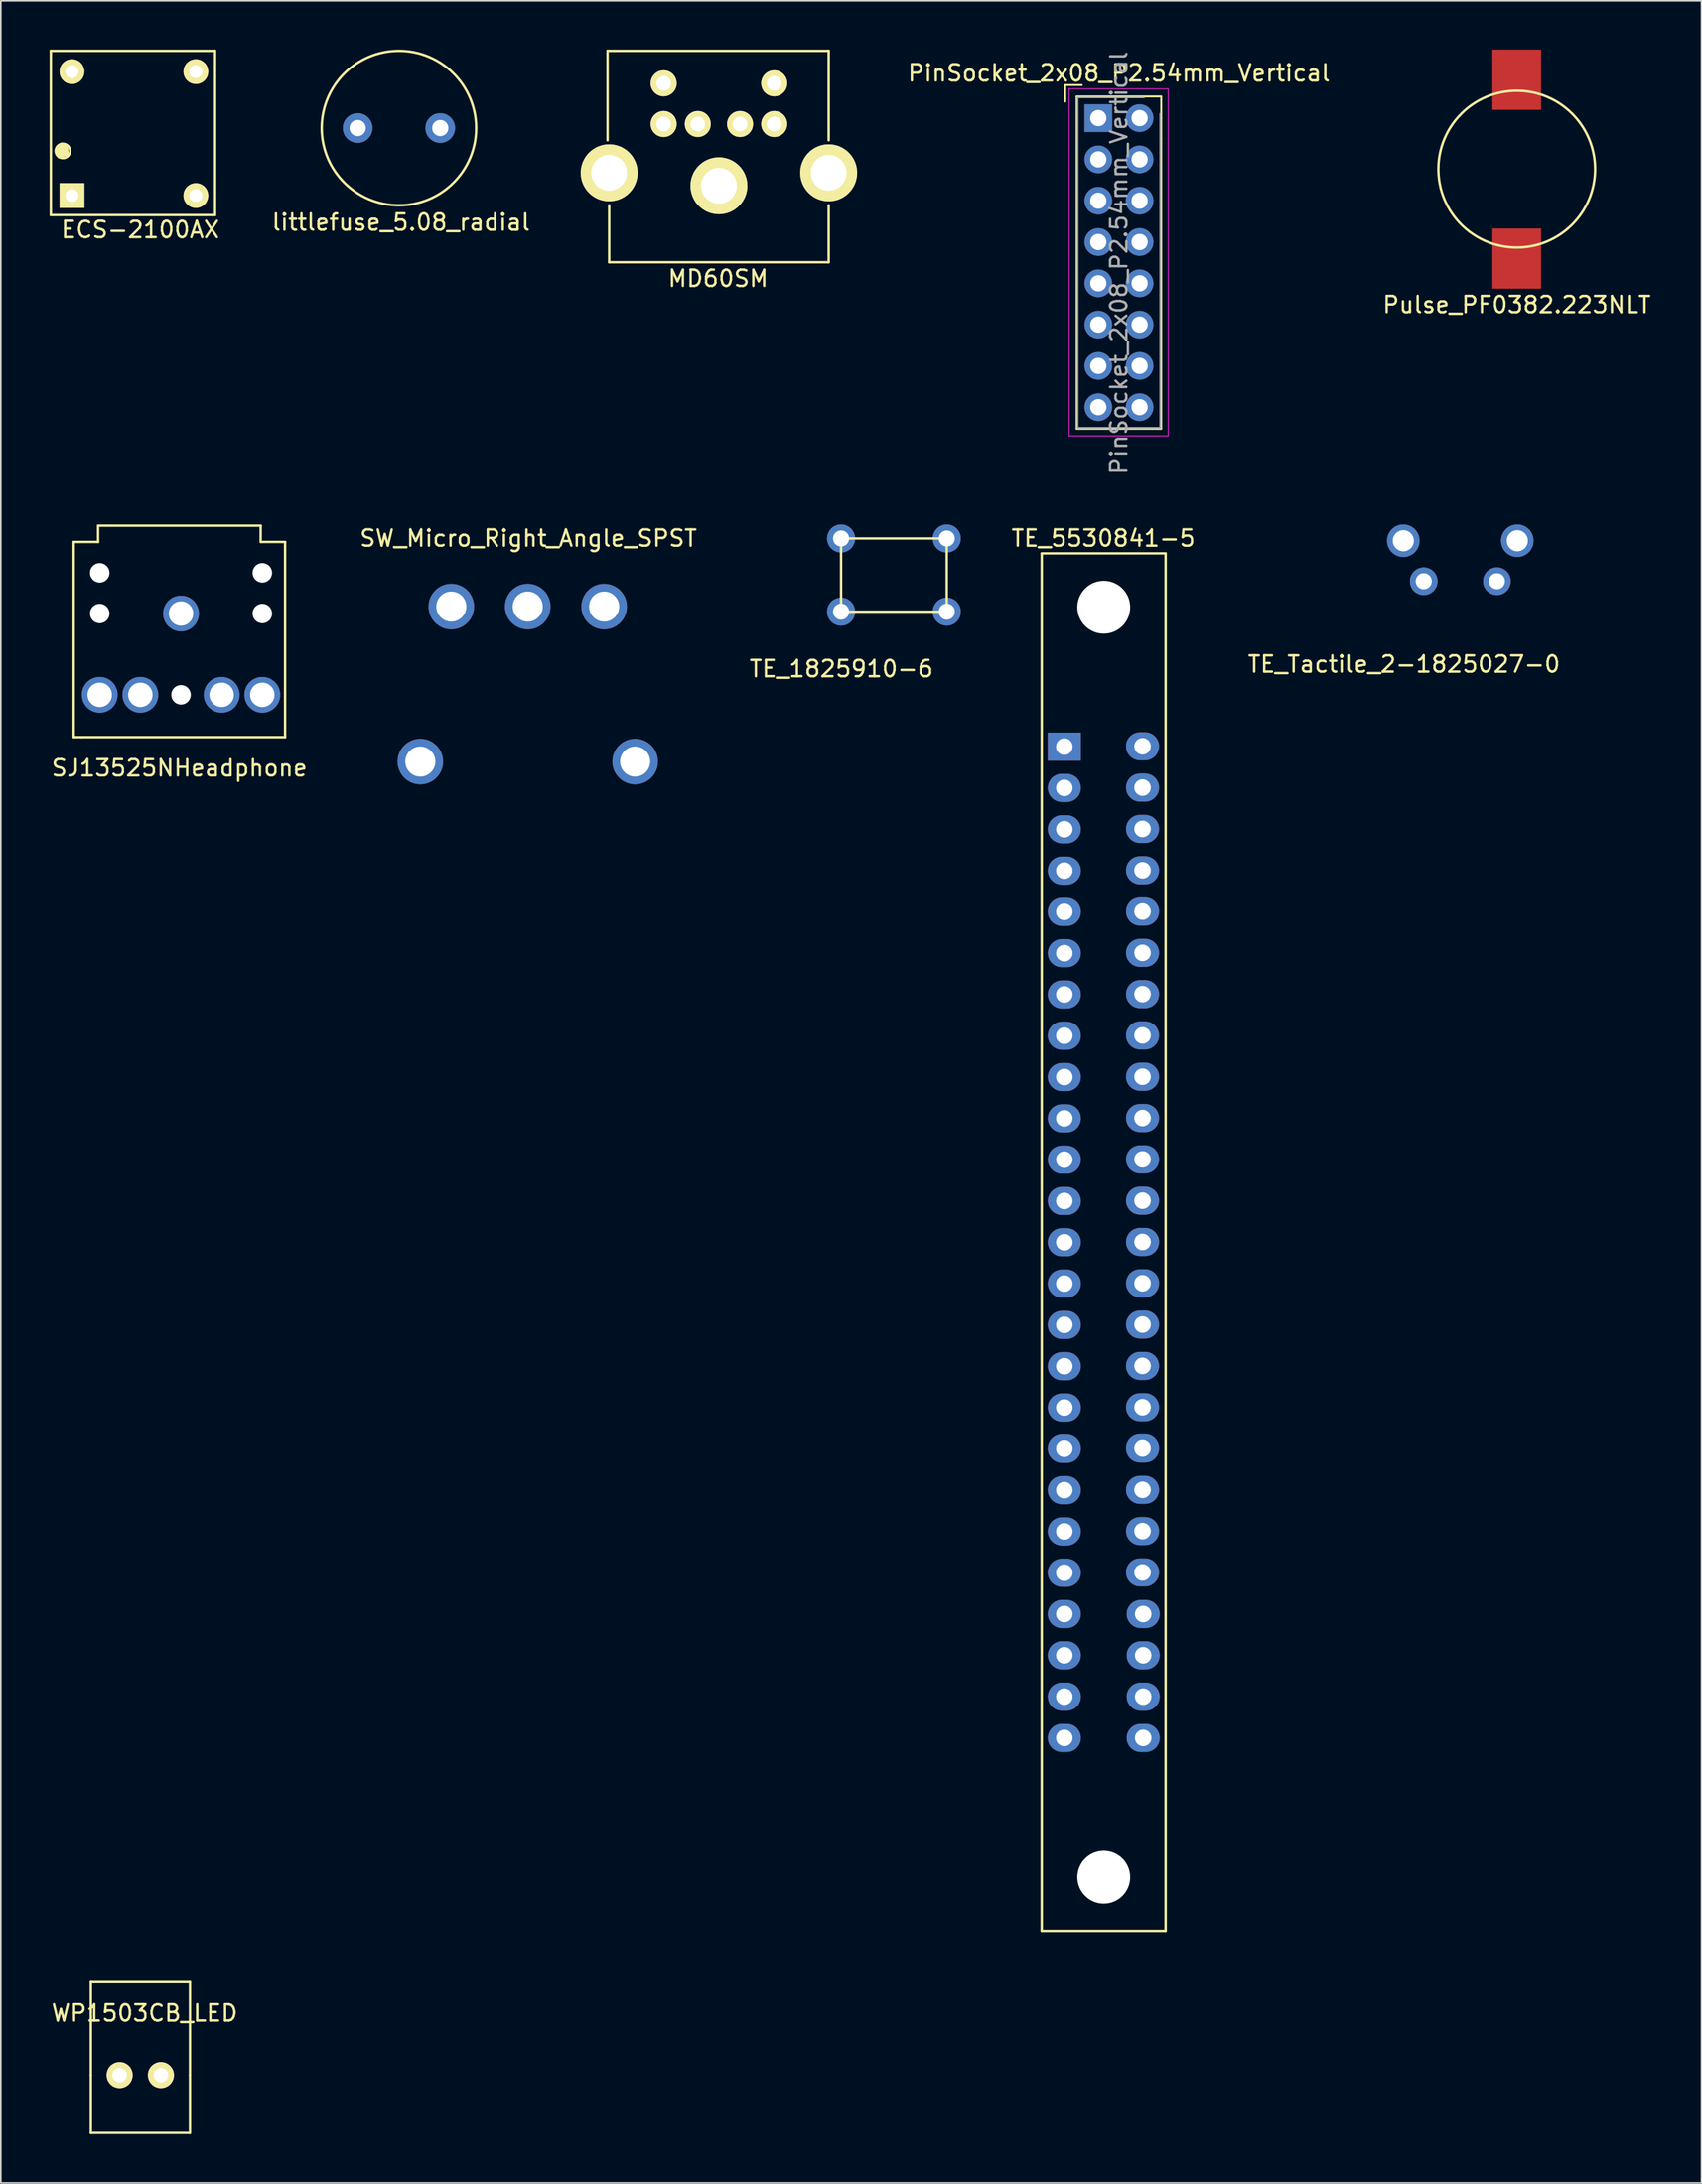
<source format=kicad_pcb>
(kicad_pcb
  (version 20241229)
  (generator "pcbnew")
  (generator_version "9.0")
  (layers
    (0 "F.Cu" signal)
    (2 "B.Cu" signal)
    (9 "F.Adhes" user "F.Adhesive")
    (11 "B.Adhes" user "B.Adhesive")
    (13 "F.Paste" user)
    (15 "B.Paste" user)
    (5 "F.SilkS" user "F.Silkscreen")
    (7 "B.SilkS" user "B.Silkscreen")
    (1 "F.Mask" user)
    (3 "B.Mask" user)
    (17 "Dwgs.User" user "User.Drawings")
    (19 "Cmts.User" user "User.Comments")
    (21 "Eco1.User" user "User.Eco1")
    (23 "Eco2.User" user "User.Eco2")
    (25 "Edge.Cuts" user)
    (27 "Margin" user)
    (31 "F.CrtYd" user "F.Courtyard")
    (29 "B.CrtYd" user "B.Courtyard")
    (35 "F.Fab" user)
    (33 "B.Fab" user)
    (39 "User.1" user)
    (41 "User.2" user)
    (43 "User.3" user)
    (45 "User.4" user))
  (footprint "TE_5530841-5"
    (layer "F.Cu")
    (at 62.406 42.861)
    (property "Reference" "TE_5530841-5" (at 2.4 -12.81 0) (layer "F.SilkS") (effects (font (size 1 1) (thickness 0.15))))
    (attr through_hole)
    (fp_line (start -1.39 -11.88) (end -1.39 72.83) (stroke (width 0.15) (type solid)) (layer "F.SilkS"))
    (fp_line (start -1.39 -11.88) (end 6.23 -11.88) (stroke (width 0.15) (type solid)) (layer "F.SilkS"))
    (fp_line (start -1.39 72.83) (end 6.23 72.83) (stroke (width 0.15) (type solid)) (layer "F.SilkS"))
    (fp_line (start 6.23 -11.88) (end 6.23 72.83) (stroke (width 0.15) (type solid)) (layer "F.SilkS"))
    (pad "" np_thru_hole circle (at 2.425 -8.57) (size 3.25 3.25) (drill 3.25) (layers "*.Cu" "*.Mask"))
    (pad "" np_thru_hole circle (at 2.425 69.53) (size 3.25 3.25) (drill 3.25) (layers "*.Cu" "*.Mask"))
    (pad "1" thru_hole rect (at 0 0) (size 2.032 1.727) (drill 1.02) (layers "*.Cu" "*.Mask"))
    (pad "2" thru_hole oval (at 0 2.54) (size 2.032 1.727) (drill 1.02) (layers "*.Cu" "*.Mask"))
    (pad "3" thru_hole oval (at 0 5.08) (size 2.032 1.727) (drill 1.02) (layers "*.Cu" "*.Mask"))
    (pad "4" thru_hole oval (at 0 7.62) (size 2.032 1.727) (drill 1.02) (layers "*.Cu" "*.Mask"))
    (pad "5" thru_hole oval (at 0 10.16) (size 2.032 1.727) (drill 1.02) (layers "*.Cu" "*.Mask"))
    (pad "6" thru_hole oval (at 0 12.7) (size 2.032 1.727) (drill 1.02) (layers "*.Cu" "*.Mask"))
    (pad "7" thru_hole oval (at 0 15.24) (size 2.032 1.727) (drill 1.02) (layers "*.Cu" "*.Mask"))
    (pad "8" thru_hole oval (at 0 17.78) (size 2.032 1.727) (drill 1.02) (layers "*.Cu" "*.Mask"))
    (pad "9" thru_hole oval (at 0 20.32) (size 2.032 1.727) (drill 1.02) (layers "*.Cu" "*.Mask"))
    (pad "10" thru_hole oval (at 0 22.86) (size 2.032 1.727) (drill 1.02) (layers "*.Cu" "*.Mask"))
    (pad "11" thru_hole oval (at 0 25.4) (size 2.032 1.727) (drill 1.02) (layers "*.Cu" "*.Mask"))
    (pad "12" thru_hole oval (at 0 27.94) (size 2.032 1.727) (drill 1.02) (layers "*.Cu" "*.Mask"))
    (pad "13" thru_hole oval (at 0 30.48) (size 2.032 1.727) (drill 1.02) (layers "*.Cu" "*.Mask"))
    (pad "14" thru_hole oval (at 0 33.02) (size 2.032 1.727) (drill 1.02) (layers "*.Cu" "*.Mask"))
    (pad "15" thru_hole oval (at 0 35.56) (size 2.032 1.727) (drill 1.02) (layers "*.Cu" "*.Mask"))
    (pad "16" thru_hole oval (at 0 38.1) (size 2.032 1.727) (drill 1.02) (layers "*.Cu" "*.Mask"))
    (pad "17" thru_hole oval (at 0 40.64) (size 2.032 1.727) (drill 1.02) (layers "*.Cu" "*.Mask"))
    (pad "18" thru_hole oval (at 0 43.18) (size 2.032 1.727) (drill 1.02) (layers "*.Cu" "*.Mask"))
    (pad "19" thru_hole oval (at 0 45.72) (size 2.032 1.727) (drill 1.02) (layers "*.Cu" "*.Mask"))
    (pad "20" thru_hole oval (at 0 48.26) (size 2.032 1.727) (drill 1.02) (layers "*.Cu" "*.Mask"))
    (pad "21" thru_hole oval (at 0 50.8) (size 2.032 1.727) (drill 1.02) (layers "*.Cu" "*.Mask"))
    (pad "22" thru_hole oval (at 0 53.34) (size 2.032 1.727) (drill 1.02) (layers "*.Cu" "*.Mask"))
    (pad "23" thru_hole oval (at 0 55.88) (size 2.032 1.727) (drill 1.02) (layers "*.Cu" "*.Mask"))
    (pad "24" thru_hole oval (at 0 58.42) (size 2.032 1.727) (drill 1.02) (layers "*.Cu" "*.Mask"))
    (pad "25" thru_hole oval (at 0 60.96) (size 2.032 1.727) (drill 1.02) (layers "*.Cu" "*.Mask"))
    (pad "26" thru_hole oval (at 4.85 60.96) (size 2.032 1.727) (drill 1.02) (layers "*.Cu" "*.Mask"))
    (pad "27" thru_hole oval (at 4.85 58.42) (size 2.032 1.727) (drill 1.02) (layers "*.Cu" "*.Mask"))
    (pad "28" thru_hole oval (at 4.85 55.88) (size 2.032 1.727) (drill 1.02) (layers "*.Cu" "*.Mask"))
    (pad "29" thru_hole oval (at 4.85 53.34) (size 2.032 1.727) (drill 1.02) (layers "*.Cu" "*.Mask"))
    (pad "30" thru_hole oval (at 4.81 50.78) (size 2.032 1.727) (drill 1.02) (layers "*.Cu" "*.Mask"))
    (pad "31" thru_hole oval (at 4.81 48.24) (size 2.032 1.727) (drill 1.02) (layers "*.Cu" "*.Mask"))
    (pad "32" thru_hole oval (at 4.81 45.7) (size 2.032 1.727) (drill 1.02) (layers "*.Cu" "*.Mask"))
    (pad "33" thru_hole oval (at 4.81 43.16) (size 2.032 1.727) (drill 1.02) (layers "*.Cu" "*.Mask"))
    (pad "34" thru_hole oval (at 4.81 40.62) (size 2.032 1.727) (drill 1.02) (layers "*.Cu" "*.Mask"))
    (pad "35" thru_hole oval (at 4.81 38.08) (size 2.032 1.727) (drill 1.02) (layers "*.Cu" "*.Mask"))
    (pad "36" thru_hole oval (at 4.81 35.54) (size 2.032 1.727) (drill 1.02) (layers "*.Cu" "*.Mask"))
    (pad "37" thru_hole oval (at 4.81 33) (size 2.032 1.727) (drill 1.02) (layers "*.Cu" "*.Mask"))
    (pad "38" thru_hole oval (at 4.81 30.46) (size 2.032 1.727) (drill 1.02) (layers "*.Cu" "*.Mask"))
    (pad "39" thru_hole oval (at 4.81 27.92) (size 2.032 1.727) (drill 1.02) (layers "*.Cu" "*.Mask"))
    (pad "40" thru_hole oval (at 4.81 25.38) (size 2.032 1.727) (drill 1.02) (layers "*.Cu" "*.Mask"))
    (pad "41" thru_hole oval (at 4.81 22.84) (size 2.032 1.727) (drill 1.02) (layers "*.Cu" "*.Mask"))
    (pad "42" thru_hole oval (at 4.81 20.3) (size 2.032 1.727) (drill 1.02) (layers "*.Cu" "*.Mask"))
    (pad "43" thru_hole oval (at 4.81 17.76) (size 2.032 1.727) (drill 1.02) (layers "*.Cu" "*.Mask"))
    (pad "44" thru_hole oval (at 4.81 15.22) (size 2.032 1.727) (drill 1.02) (layers "*.Cu" "*.Mask"))
    (pad "45" thru_hole oval (at 4.81 12.68) (size 2.032 1.727) (drill 1.02) (layers "*.Cu" "*.Mask"))
    (pad "46" thru_hole oval (at 4.81 10.14) (size 2.032 1.727) (drill 1.02) (layers "*.Cu" "*.Mask"))
    (pad "47" thru_hole oval (at 4.81 7.6) (size 2.032 1.727) (drill 1.02) (layers "*.Cu" "*.Mask"))
    (pad "48" thru_hole oval (at 4.81 5.06) (size 2.032 1.727) (drill 1.02) (layers "*.Cu" "*.Mask"))
    (pad "49" thru_hole oval (at 4.81 2.52) (size 2.032 1.727) (drill 1.02) (layers "*.Cu" "*.Mask"))
    (pad "50" thru_hole oval (at 4.81 -0.02) (size 2.032 1.727) (drill 1.02) (layers "*.Cu" "*.Mask")))
  (footprint "PinSocket_2x08_P2.54mm_Vertical"
    (layer "F.Cu")
    (at 67.035 4.211)
    (property "Reference" "PinSocket_2x08_P2.54mm_Vertical" (at -1.27 -2.77 0) (layer "F.SilkS") (effects (font (size 1 1) (thickness 0.15))))
    (attr through_hole)
    (fp_line (start -4.572 -2.032) (end -4.572 -1.016) (stroke (width 0.12) (type solid)) (layer "F.SilkS"))
    (fp_line (start -3.87 -1.33) (end -3.87 19.11) (stroke (width 0.12) (type solid)) (layer "F.SilkS"))
    (fp_line (start -3.87 -1.33) (end -1.27 -1.33) (stroke (width 0.12) (type solid)) (layer "F.SilkS"))
    (fp_line (start -3.87 19.11) (end 1.33 19.11) (stroke (width 0.12) (type solid)) (layer "F.SilkS"))
    (fp_line (start -3.556 -2.032) (end -4.572 -2.032) (stroke (width 0.12) (type solid)) (layer "F.SilkS"))
    (fp_line (start -1.27 -1.33) (end 0 -1.33) (stroke (width 0.12) (type solid)) (layer "F.SilkS"))
    (fp_line (start 0 -1.33) (end 1.33 -1.33) (stroke (width 0.12) (type solid)) (layer "F.SilkS"))
    (fp_line (start 1.33 -1.33) (end 1.33 0) (stroke (width 0.12) (type solid)) (layer "F.SilkS"))
    (fp_line (start 1.33 0) (end 1.33 1.27) (stroke (width 0.12) (type solid)) (layer "F.SilkS"))
    (fp_line (start 1.33 1.27) (end 1.33 19.11) (stroke (width 0.12) (type solid)) (layer "F.SilkS"))
    (fp_line (start -4.34 -1.8) (end 1.76 -1.8) (stroke (width 0.05) (type solid)) (layer "F.CrtYd"))
    (fp_line (start -4.34 19.55) (end -4.34 -1.8) (stroke (width 0.05) (type solid)) (layer "F.CrtYd"))
    (fp_line (start 1.76 -1.8) (end 1.76 19.55) (stroke (width 0.05) (type solid)) (layer "F.CrtYd"))
    (fp_line (start 1.76 19.55) (end -4.34 19.55) (stroke (width 0.05) (type solid)) (layer "F.CrtYd"))
    (fp_line (start -3.81 -1.27) (end 0.27 -1.27) (stroke (width 0.1) (type solid)) (layer "F.Fab"))
    (fp_line (start -3.81 19.05) (end -3.81 -1.27) (stroke (width 0.1) (type solid)) (layer "F.Fab"))
    (fp_line (start 1.27 -0.27) (end 1.27 19.05) (stroke (width 0.1) (type solid)) (layer "F.Fab"))
    (fp_line (start 1.27 19.05) (end -3.81 19.05) (stroke (width 0.1) (type solid)) (layer "F.Fab"))
    (fp_text user "${REFERENCE}" (at -1.27 8.89 90) (layer "F.Fab") (effects (font (size 1 1) (thickness 0.15))))
    (pad "1" thru_hole rect (at -2.54 0) (size 1.7 1.7) (drill 1) (layers "*.Cu" "*.Mask"))
    (pad "2" thru_hole oval (at -2.54 2.54) (size 1.7 1.7) (drill 1) (layers "*.Cu" "*.Mask"))
    (pad "3" thru_hole oval (at -2.54 5.08) (size 1.7 1.7) (drill 1) (layers "*.Cu" "*.Mask"))
    (pad "4" thru_hole oval (at -2.54 7.62) (size 1.7 1.7) (drill 1) (layers "*.Cu" "*.Mask"))
    (pad "5" thru_hole oval (at -2.54 10.16) (size 1.7 1.7) (drill 1) (layers "*.Cu" "*.Mask"))
    (pad "6" thru_hole oval (at -2.54 12.7) (size 1.7 1.7) (drill 1) (layers "*.Cu" "*.Mask"))
    (pad "7" thru_hole oval (at -2.54 15.24) (size 1.7 1.7) (drill 1) (layers "*.Cu" "*.Mask"))
    (pad "8" thru_hole oval (at -2.54 17.78) (size 1.7 1.7) (drill 1) (layers "*.Cu" "*.Mask"))
    (pad "9" thru_hole oval (at 0 17.78) (size 1.7 1.7) (drill 1) (layers "*.Cu" "*.Mask"))
    (pad "10" thru_hole oval (at 0 15.24) (size 1.7 1.7) (drill 1) (layers "*.Cu" "*.Mask"))
    (pad "11" thru_hole oval (at 0 12.7) (size 1.7 1.7) (drill 1) (layers "*.Cu" "*.Mask"))
    (pad "12" thru_hole oval (at 0 10.16) (size 1.7 1.7) (drill 1) (layers "*.Cu" "*.Mask"))
    (pad "13" thru_hole oval (at 0 7.62) (size 1.7 1.7) (drill 1) (layers "*.Cu" "*.Mask"))
    (pad "14" thru_hole oval (at 0 5.08) (size 1.7 1.7) (drill 1) (layers "*.Cu" "*.Mask"))
    (pad "15" thru_hole oval (at 0 2.54) (size 1.7 1.7) (drill 1) (layers "*.Cu" "*.Mask"))
    (pad "16" thru_hole oval (at 0 0) (size 1.7 1.7) (drill 1) (layers "*.Cu" "*.Mask")))
  (footprint "TE_1825910-6"
    (layer "F.Cu")
    (at 48.676 30.064)
    (property "Reference" "TE_1825910-6" (at 0.02 8.01 0) (layer "F.SilkS") (effects (font (size 1 1) (thickness 0.15))))
    (attr through_hole)
    (fp_line (start 0 0) (end 6.5 0) (stroke (width 0.15) (type solid)) (layer "F.SilkS"))
    (fp_line (start 0 4.5) (end 0 0) (stroke (width 0.15) (type solid)) (layer "F.SilkS"))
    (fp_line (start 6.5 0) (end 6.5 4.5) (stroke (width 0.15) (type solid)) (layer "F.SilkS"))
    (fp_line (start 6.5 4.5) (end 0 4.5) (stroke (width 0.15) (type solid)) (layer "F.SilkS"))
    (pad "1" thru_hole circle (at 0 0) (size 1.724 1.724) (drill 0.99) (layers "*.Cu" "*.Mask"))
    (pad "2" thru_hole circle (at 0 4.5) (size 1.724 1.724) (drill 0.99) (layers "*.Cu" "*.Mask"))
    (pad "3" thru_hole circle (at 6.5 0) (size 1.724 1.724) (drill 0.99) (layers "*.Cu" "*.Mask"))
    (pad "4" thru_hole circle (at 6.5 4.5) (size 1.724 1.724) (drill 0.99) (layers "*.Cu" "*.Mask")))
  (footprint "TE_Tactile_2-1825027-0"
    (layer "F.Cu")
    (at 83.254 30.202)
    (property "Reference" "TE_Tactile_2-1825027-0" (at 0.04 7.59 0) (layer "F.SilkS") (effects (font (size 1 1) (thickness 0.15))))
    (attr through_hole)
    (pad "1" thru_hole circle (at 1.255 2.49) (size 1.7 1.7) (drill 0.99) (layers "*.Cu" "*.Mask"))
    (pad "2" thru_hole circle (at 0 0) (size 2 2) (drill 1.3) (layers "*.Cu" "*.Mask"))
    (pad "3" thru_hole circle (at 7.01 0) (size 2 2) (drill 1.3) (layers "*.Cu" "*.Mask"))
    (pad "4" thru_hole circle (at 5.755 2.49) (size 1.7 1.7) (drill 0.99) (layers "*.Cu" "*.Mask")))
  (footprint "Pulse_PF0382.223NLT"
    (layer "F.Cu")
    (at 90.23 2.2)
    (property "Reference" "Pulse_PF0382.223NLT" (at 0 13.49 0) (layer "F.SilkS") (effects (font (size 1 1) (thickness 0.15))))
    (attr through_hole)
    (fp_circle (center 0 5.15) (end 0 9.97) (stroke (width 0.15) (type solid)) (fill no) (layer "F.SilkS"))
    (pad "1" smd rect (at 0 -0.35) (size 3 3.7) (layers "F.Cu" "F.Mask" "F.Paste"))
    (pad "2" smd rect (at 0 10.65) (size 3 3.7) (layers "F.Cu" "F.Mask" "F.Paste")))
  (footprint "SJ13525NHeadphone"
    (layer "F.Cu")
    (at 7.982 39.777)
    (property "Reference" "SJ13525NHeadphone" (at 0 4.4 0) (layer "F.SilkS") (effects (font (size 1 1) (thickness 0.15))))
    (attr through_hole)
    (fp_line (start -6.5 -9.5) (end -6.5 2.5) (stroke (width 0.15) (type solid)) (layer "F.SilkS"))
    (fp_line (start -6.5 -9.5) (end -5 -9.5) (stroke (width 0.15) (type solid)) (layer "F.SilkS"))
    (fp_line (start -6.5 2.5) (end -6 2.5) (stroke (width 0.15) (type solid)) (layer "F.SilkS"))
    (fp_line (start -6 2.5) (end 6.5 2.5) (stroke (width 0.15) (type solid)) (layer "F.SilkS"))
    (fp_line (start -5 -10.5) (end 5 -10.5) (stroke (width 0.15) (type solid)) (layer "F.SilkS"))
    (fp_line (start -5 -9.5) (end -5 -10.5) (stroke (width 0.15) (type solid)) (layer "F.SilkS"))
    (fp_line (start 5 -9.5) (end 5 -10.5) (stroke (width 0.15) (type solid)) (layer "F.SilkS"))
    (fp_line (start 5 -9.5) (end 6.5 -9.5) (stroke (width 0.15) (type solid)) (layer "F.SilkS"))
    (fp_line (start 6.5 2.5) (end 6.5 -9.5) (stroke (width 0.15) (type solid)) (layer "F.SilkS"))
    (pad "" np_thru_hole circle (at -4.9 -7.6) (size 1.2 1.2) (drill 1.2) (layers "*.Cu" "*.Mask"))
    (pad "" np_thru_hole circle (at -4.9 -5.1) (size 1.2 1.2) (drill 1.2) (layers "*.Cu" "*.Mask"))
    (pad "" np_thru_hole circle (at 0.1 -0.1) (size 1.2 1.2) (drill 1.2) (layers "*.Cu" "*.Mask"))
    (pad "" np_thru_hole circle (at 5.1 -7.6) (size 1.2 1.2) (drill 1.2) (layers "*.Cu" "*.Mask"))
    (pad "" np_thru_hole circle (at 5.1 -5.1) (size 1.2 1.2) (drill 1.2) (layers "*.Cu" "*.Mask"))
    (pad "1" thru_hole circle (at 0.1 -5.1) (size 2.2 2.2) (drill 1.5) (layers "*.Cu" "*.Mask"))
    (pad "2" thru_hole circle (at -4.9 -0.1) (size 2.2 2.2) (drill 1.5) (layers "*.Cu" "*.Mask"))
    (pad "3" thru_hole circle (at 5.1 -0.1) (size 2.2 2.2) (drill 1.5) (layers "*.Cu" "*.Mask"))
    (pad "4" thru_hole circle (at -2.4 -0.1) (size 2.2 2.2) (drill 1.5) (layers "*.Cu" "*.Mask"))
    (pad "5" thru_hole circle (at 2.6 -0.1) (size 2.2 2.2) (drill 1.5) (layers "*.Cu" "*.Mask")))
  (footprint "ECS-2100AX"
    (layer "F.Cu")
    (at 5.175 5.275)
    (property "Reference" "ECS-2100AX" (at 0.4 5.8 0) (layer "F.SilkS") (effects (font (size 1 1) (thickness 0.15))))
    (attr through_hole)
    (fp_line (start -5.1 -5.2) (end -5.1 4.9) (stroke (width 0.15) (type solid)) (layer "F.SilkS"))
    (fp_line (start -5.1 -5.2) (end 5 -5.2) (stroke (width 0.15) (type solid)) (layer "F.SilkS"))
    (fp_line (start -5.1 4.9) (end 5 4.9) (stroke (width 0.15) (type solid)) (layer "F.SilkS"))
    (fp_line (start -4.714 0.931) (end -4.587 1.185) (stroke (width 0.15) (type solid)) (layer "F.SilkS"))
    (fp_line (start -4.613 0.703) (end -4.714 0.931) (stroke (width 0.15) (type solid)) (layer "F.SilkS"))
    (fp_line (start -4.587 1.185) (end -4.587 1.338) (stroke (width 0.15) (type solid)) (layer "F.SilkS"))
    (fp_line (start -4.587 1.338) (end -4.537 0.576) (stroke (width 0.15) (type solid)) (layer "F.SilkS"))
    (fp_line (start -4.435 0.525) (end -4.435 1.262) (stroke (width 0.15) (type solid)) (layer "F.SilkS"))
    (fp_line (start -4.435 1.262) (end -4.613 0.703) (stroke (width 0.15) (type solid)) (layer "F.SilkS"))
    (fp_line (start -4.333 1.287) (end -4.435 0.525) (stroke (width 0.15) (type solid)) (layer "F.SilkS"))
    (fp_line (start -4.308 0.627) (end -4.333 1.287) (stroke (width 0.15) (type solid)) (layer "F.SilkS"))
    (fp_line (start -4.181 0.576) (end -4.181 1.236) (stroke (width 0.15) (type solid)) (layer "F.SilkS"))
    (fp_line (start -4.181 1.236) (end -4.308 0.627) (stroke (width 0.15) (type solid)) (layer "F.SilkS"))
    (fp_line (start -4.105 0.754) (end -4.079 1.16) (stroke (width 0.15) (type solid)) (layer "F.SilkS"))
    (fp_line (start -4.079 1.16) (end -4.181 0.576) (stroke (width 0.15) (type solid)) (layer "F.SilkS"))
    (fp_line (start 5 -5.2) (end 5 4.9) (stroke (width 0.15) (type solid)) (layer "F.SilkS"))
    (fp_circle (center -4.359 0.957) (end -4.181 1.363) (stroke (width 0.15) (type solid)) (fill no) (layer "F.SilkS"))
    (pad "1" thru_hole rect (at -3.8 3.7) (size 1.524 1.524) (drill 0.8) (layers "*.Cu" "*.Mask" "F.SilkS"))
    (pad "4" thru_hole circle (at 3.82 3.7) (size 1.524 1.524) (drill 0.8) (layers "*.Cu" "*.Mask" "F.SilkS"))
    (pad "5" thru_hole circle (at 3.82 -3.92) (size 1.524 1.524) (drill 0.8) (layers "*.Cu" "*.Mask" "F.SilkS"))
    (pad "8" thru_hole circle (at -3.8 -3.92) (size 1.524 1.524) (drill 0.8) (layers "*.Cu" "*.Mask" "F.SilkS")))
  (footprint "WP1503CB_LED"
    (layer "F.Cu")
    (at 4.315 124.556)
    (property "Reference" "WP1503CB_LED" (at 1.524 -3.81 0) (layer "F.SilkS") (effects (font (size 1 1) (thickness 0.15))))
    (attr through_hole)
    (fp_line (start -1.778 -5.715) (end 4.318 -5.715) (stroke (width 0.15) (type solid)) (layer "F.SilkS"))
    (fp_line (start -1.778 0) (end -1.778 -5.715) (stroke (width 0.15) (type solid)) (layer "F.SilkS"))
    (fp_line (start -1.778 3.556) (end -1.778 0) (stroke (width 0.15) (type solid)) (layer "F.SilkS"))
    (fp_line (start 4.318 -5.715) (end 4.318 0) (stroke (width 0.15) (type solid)) (layer "F.SilkS"))
    (fp_line (start 4.318 3.556) (end -1.778 3.556) (stroke (width 0.15) (type solid)) (layer "F.SilkS"))
    (fp_line (start 4.318 3.556) (end 4.318 0) (stroke (width 0.15) (type solid)) (layer "F.SilkS"))
    (pad "1" thru_hole circle (at -0.008 0) (size 1.6 1.6) (drill 0.89) (layers "*.Cu" "*.Mask" "F.SilkS"))
    (pad "2" thru_hole circle (at 2.532 0) (size 1.6 1.6) (drill 0.89) (layers "*.Cu" "*.Mask" "F.SilkS")))
  (footprint "littlefuse_5.08_radial"
    (layer "F.Cu")
    (at 18.946 4.825)
    (property "Reference" "littlefuse_5.08_radial" (at 2.664 5.791 0) (layer "F.SilkS") (effects (font (size 1 1) (thickness 0.15))))
    (attr through_hole)
    (fp_circle (center 2.54 0) (end 2.54 4.75) (stroke (width 0.15) (type solid)) (fill no) (layer "F.SilkS"))
    (pad "1" thru_hole circle (at 0 -0.003) (size 1.824 1.824) (drill 1) (layers "*.Cu" "*.Mask"))
    (pad "2" thru_hole circle (at 5.08 -0.003) (size 1.824 1.824) (drill 1) (layers "*.Cu" "*.Mask")))
  (footprint "MD60SM"
    (layer "F.Cu")
    (at 41.114 7.575)
    (property "Reference" "MD60SM" (at 0 6.5 0) (layer "F.SilkS") (effects (font (size 1 1) (thickness 0.15))))
    (attr through_hole)
    (fp_line (start -6.8 -7.5) (end 6.8 -7.5) (stroke (width 0.15) (type solid)) (layer "F.SilkS"))
    (fp_line (start -6.8 -2) (end -6.8 -7.5) (stroke (width 0.15) (type solid)) (layer "F.SilkS"))
    (fp_line (start -6.7 5.5) (end -6.7 2) (stroke (width 0.15) (type solid)) (layer "F.SilkS"))
    (fp_line (start -6.7 5.5) (end 6.8 5.5) (stroke (width 0.15) (type solid)) (layer "F.SilkS"))
    (fp_line (start 6.8 -2) (end 6.8 -7.5) (stroke (width 0.15) (type solid)) (layer "F.SilkS"))
    (fp_line (start 6.8 5.5) (end 6.8 2) (stroke (width 0.15) (type solid)) (layer "F.SilkS"))
    (pad "" thru_hole circle (at -6.7 0) (size 3.5 3.5) (drill 2.2) (layers "*.Cu" "*.Mask" "F.SilkS"))
    (pad "" thru_hole circle (at 0.05 0.8) (size 3.5 3.5) (drill 2.2) (layers "*.Cu" "*.Mask" "F.SilkS"))
    (pad "" thru_hole circle (at 6.8 0) (size 3.5 3.5) (drill 2.2) (layers "*.Cu" "*.Mask" "F.SilkS"))
    (pad "1" thru_hole circle (at 1.35 -3) (size 1.6 1.6) (drill 0.9) (layers "*.Cu" "*.Mask" "F.SilkS"))
    (pad "2" thru_hole circle (at -1.25 -3) (size 1.6 1.6) (drill 0.9) (layers "*.Cu" "*.Mask" "F.SilkS"))
    (pad "3" thru_hole circle (at 3.45 -3) (size 1.6 1.6) (drill 0.9) (layers "*.Cu" "*.Mask" "F.SilkS"))
    (pad "4" thru_hole circle (at -3.35 -3) (size 1.6 1.6) (drill 0.9) (layers "*.Cu" "*.Mask" "F.SilkS"))
    (pad "5" thru_hole circle (at 3.45 -5.5) (size 1.6 1.6) (drill 0.9) (layers "*.Cu" "*.Mask" "F.SilkS"))
    (pad "6" thru_hole circle (at -3.35 -5.5) (size 1.6 1.6) (drill 0.9) (layers "*.Cu" "*.Mask" "F.SilkS")))
  (footprint "SW_Micro_Right_Angle_SPST"
    (layer "F.Cu")
    (at 29.446 34.251)
    (property "Reference" "SW_Micro_Right_Angle_SPST" (at 0 -4.2 0) (layer "F.SilkS") (effects (font (size 1 1) (thickness 0.15))))
    (attr through_hole)
    (pad "1" thru_hole circle (at 4.66 0) (size 2.8 2.8) (drill 1.85) (layers "*.Cu" "*.Mask"))
    (pad "2" thru_hole circle (at -0.04 0) (size 2.8 2.8) (drill 1.85) (layers "*.Cu" "*.Mask"))
    (pad "3" thru_hole circle (at -4.74 0) (size 2.8 2.8) (drill 1.85) (layers "*.Cu" "*.Mask"))
    (pad "4" thru_hole circle (at -6.645 9.53) (size 2.8 2.8) (drill 1.85) (layers "*.Cu" "*.Mask"))
    (pad "4" thru_hole circle (at 6.565 9.53) (size 2.8 2.8) (drill 1.85) (layers "*.Cu" "*.Mask")))
  (gr_rect
    (start -3 -3)
    (end 101.593 131.187)
    (stroke (width 0.1) (type default))
    (fill no)
    (layer "Edge.Cuts")))
</source>
